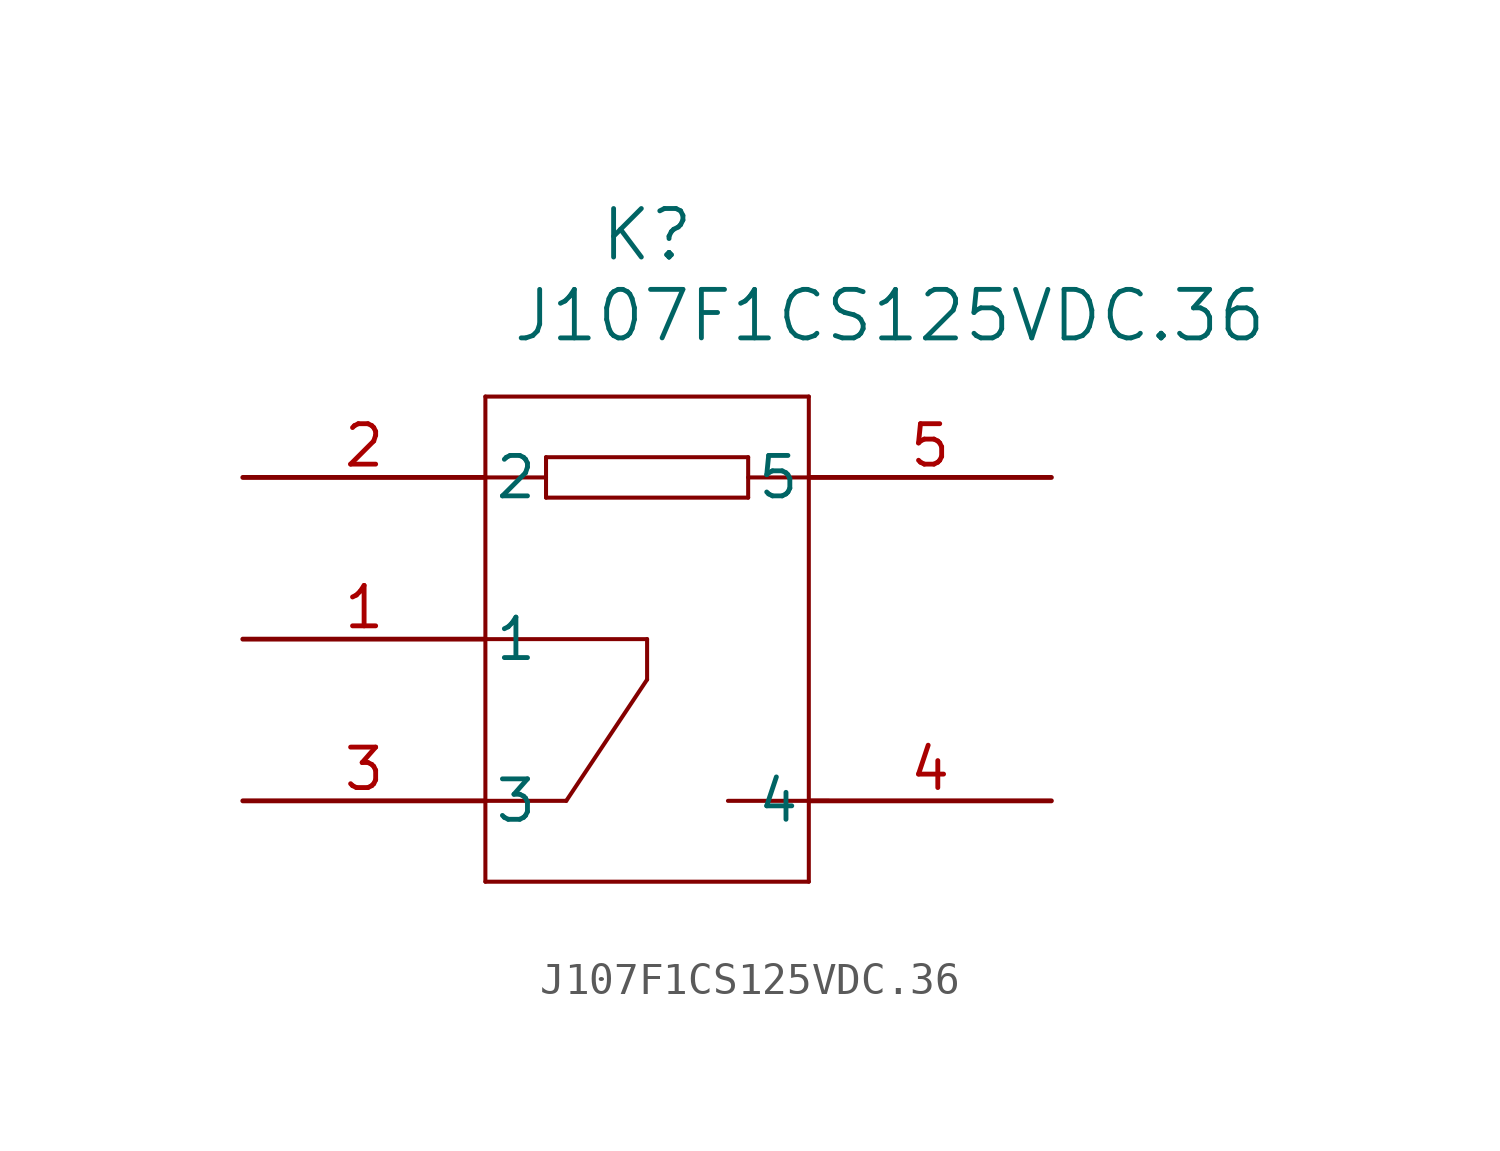
<source format=kicad_sym>
(kicad_symbol_lib
  (version 20241209)
  (generator "kicad_symbol_editor")
  (generator_version "9.0")
  (symbol "J107F1CS125VDC.36"
    (pin_names
      (offset 0.254))
    (property "Reference" "K"
      (at 12.7 7.62 0)
      (effects (font (size 1.524 1.524))))
    (property "Value" "J107F1CS125VDC.36"
      (at 20.32 5.08 0)
      (effects (font (size 1.524 1.524))))
    (property "ki_locked" ""
      (at 0 0 0)
      (effects (font (size 1.27 1.27))))
    (symbol "J107F1CS125VDC.36_0_1"
      (polyline (pts (xy 7.62 2.54) (xy 7.62 -12.7)) (stroke (width 0.127) (type default)) (fill (type none)))
      (polyline (pts (xy 7.62 0) (xy 9.525 0)) (stroke (width 0.127) (type default)) (fill (type none)))
      (polyline (pts (xy 7.62 -5.08) (xy 12.7 -5.08)) (stroke (width 0.127) (type default)) (fill (type none)))
      (polyline (pts (xy 7.62 -10.16) (xy 10.16 -10.16)) (stroke (width 0.127) (type default)) (fill (type none)))
      (polyline (pts (xy 7.62 -12.7) (xy 17.78 -12.7)) (stroke (width 0.127) (type default)) (fill (type none)))
      (polyline (pts (xy 9.525 0.635) (xy 9.525 -0.635)) (stroke (width 0.127) (type default)) (fill (type none)))
      (polyline (pts (xy 9.525 0.635) (xy 15.875 0.635)) (stroke (width 0.127) (type default)) (fill (type none)))
      (polyline (pts (xy 9.525 -0.635) (xy 15.875 -0.635)) (stroke (width 0.127) (type default)) (fill (type none)))
      (polyline (pts (xy 12.7 -5.08) (xy 12.7 -6.35)) (stroke (width 0.127) (type default)) (fill (type none)))
      (polyline (pts (xy 12.7 -6.35) (xy 10.16 -10.16)) (stroke (width 0.127) (type default)) (fill (type none)))
      (polyline (pts (xy 15.875 0.635) (xy 15.875 -0.635)) (stroke (width 0.127) (type default)) (fill (type none)))
      (polyline (pts (xy 17.78 2.54) (xy 7.62 2.54)) (stroke (width 0.127) (type default)) (fill (type none)))
      (polyline (pts (xy 17.78 0) (xy 15.875 0)) (stroke (width 0.127) (type default)) (fill (type none)))
      (polyline (pts (xy 17.78 -12.7) (xy 17.78 2.54)) (stroke (width 0.127) (type default)) (fill (type none)))
      (polyline (pts (xy 18.415 -10.16) (xy 15.24 -10.16)) (stroke (width 0.127) (type default)) (fill (type none)))
      (pin unspecified line (at 0 0 0) (length 7.62) (name "2" (effects (font (size 1.27 1.27)))) (number "2" (effects (font (size 1.27 1.27)))))
      (pin unspecified line (at 0 -5.08 0) (length 7.62) (name "1" (effects (font (size 1.27 1.27)))) (number "1" (effects (font (size 1.27 1.27)))))
      (pin unspecified line (at 0 -10.16 0) (length 7.62) (name "3" (effects (font (size 1.27 1.27)))) (number "3" (effects (font (size 1.27 1.27)))))
      (pin unspecified line (at 25.4 0 180) (length 7.62) (name "5" (effects (font (size 1.27 1.27)))) (number "5" (effects (font (size 1.27 1.27)))))
      (pin unspecified line (at 25.4 -10.16 180) (length 7.62) (name "4" (effects (font (size 1.27 1.27)))) (number "4" (effects (font (size 1.27 1.27))))))))
</source>
